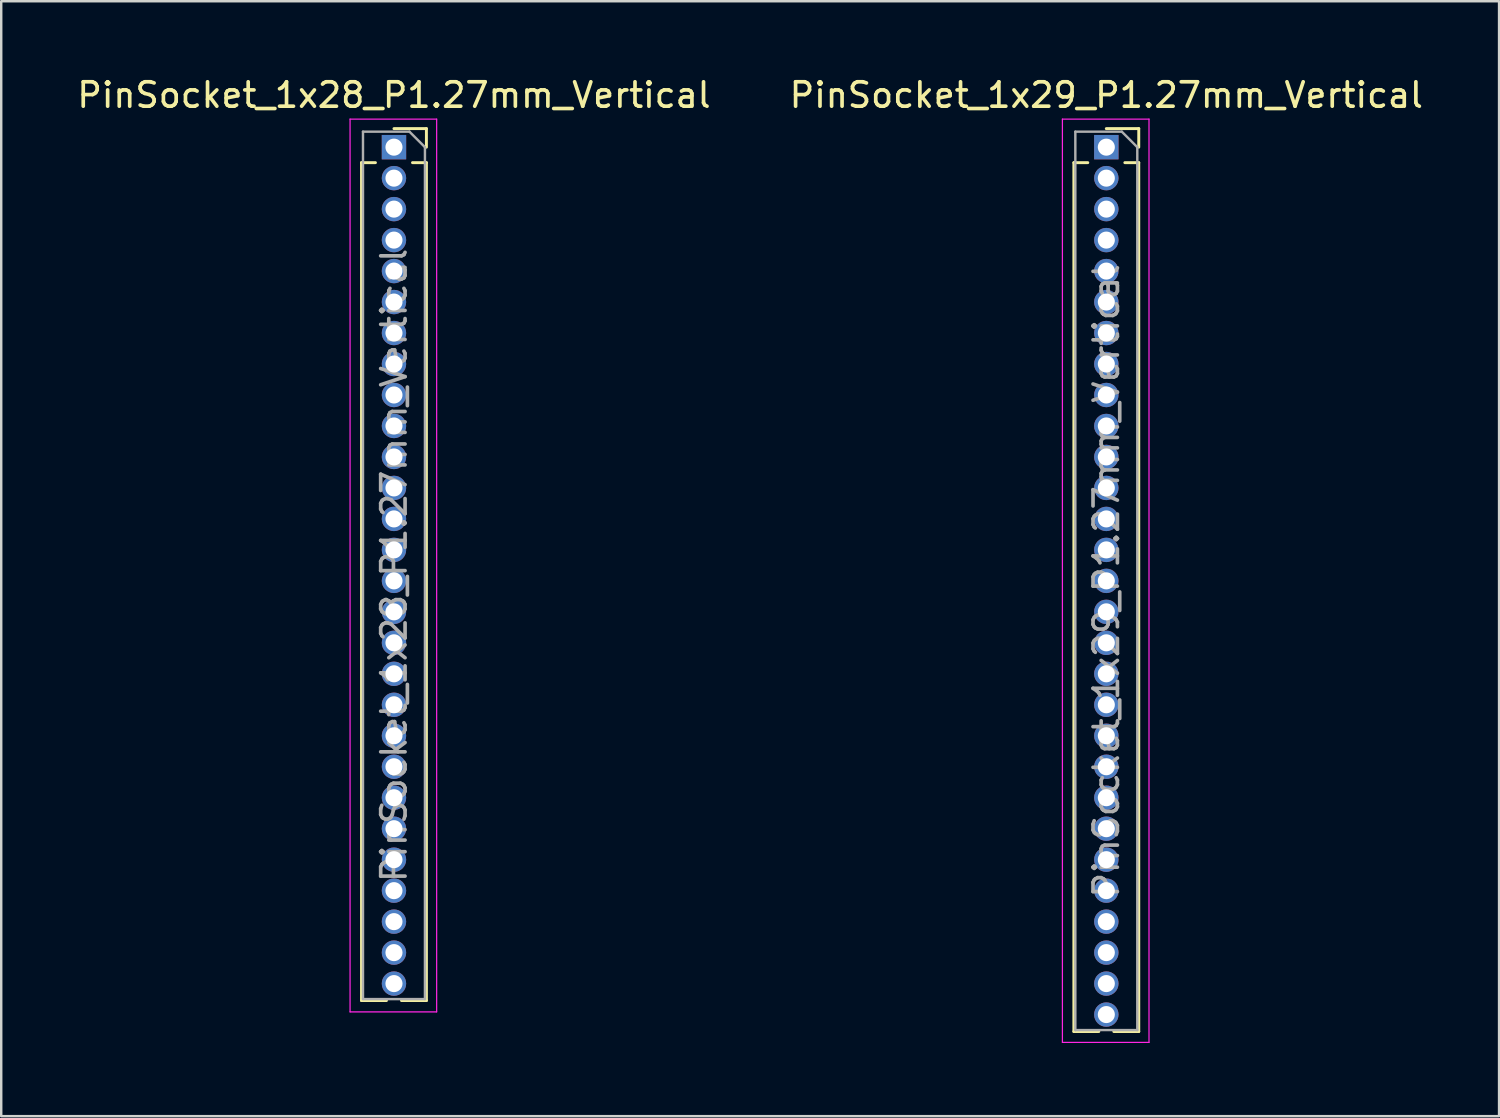
<source format=kicad_pcb>
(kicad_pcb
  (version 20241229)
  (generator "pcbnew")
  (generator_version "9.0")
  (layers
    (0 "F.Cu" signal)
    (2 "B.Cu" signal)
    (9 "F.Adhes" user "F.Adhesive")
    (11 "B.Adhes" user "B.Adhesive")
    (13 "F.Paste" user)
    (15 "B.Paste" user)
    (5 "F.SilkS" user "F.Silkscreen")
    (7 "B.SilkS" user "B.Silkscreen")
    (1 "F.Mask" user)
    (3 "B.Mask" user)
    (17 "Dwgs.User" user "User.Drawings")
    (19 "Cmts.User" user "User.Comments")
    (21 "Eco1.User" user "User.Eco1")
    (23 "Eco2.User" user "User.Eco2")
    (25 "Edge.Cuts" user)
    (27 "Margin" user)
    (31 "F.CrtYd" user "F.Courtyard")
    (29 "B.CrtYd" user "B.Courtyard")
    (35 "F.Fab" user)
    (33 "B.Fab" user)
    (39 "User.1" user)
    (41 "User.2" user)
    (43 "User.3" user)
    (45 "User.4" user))
  (footprint "PinSocket_1x28_P1.27mm_Vertical"
    (layer "F.Cu")
    (at 13.101 2.983)
    (property "Reference" "PinSocket_1x28_P1.27mm_Vertical" (at 0 -2.135 0) (layer "F.SilkS") (effects (font (size 1 1) (thickness 0.15))))
    (attr through_hole)
    (fp_line (start -1.33 0.635) (end -1.33 34.985) (stroke (width 0.12) (type solid)) (layer "F.SilkS"))
    (fp_line (start -1.33 0.635) (end -0.76 0.635) (stroke (width 0.12) (type solid)) (layer "F.SilkS"))
    (fp_line (start -1.33 34.985) (end -0.308 34.985) (stroke (width 0.12) (type solid)) (layer "F.SilkS"))
    (fp_line (start 0 -0.76) (end 1.33 -0.76) (stroke (width 0.12) (type solid)) (layer "F.SilkS"))
    (fp_line (start 0.308 34.985) (end 1.33 34.985) (stroke (width 0.12) (type solid)) (layer "F.SilkS"))
    (fp_line (start 0.76 0.635) (end 1.33 0.635) (stroke (width 0.12) (type solid)) (layer "F.SilkS"))
    (fp_line (start 1.33 -0.76) (end 1.33 0) (stroke (width 0.12) (type solid)) (layer "F.SilkS"))
    (fp_line (start 1.33 0.635) (end 1.33 34.985) (stroke (width 0.12) (type solid)) (layer "F.SilkS"))
    (fp_line (start -1.8 -1.15) (end 1.75 -1.15) (stroke (width 0.05) (type solid)) (layer "F.CrtYd"))
    (fp_line (start -1.8 35.45) (end -1.8 -1.15) (stroke (width 0.05) (type solid)) (layer "F.CrtYd"))
    (fp_line (start 1.75 -1.15) (end 1.75 35.45) (stroke (width 0.05) (type solid)) (layer "F.CrtYd"))
    (fp_line (start 1.75 35.45) (end -1.8 35.45) (stroke (width 0.05) (type solid)) (layer "F.CrtYd"))
    (fp_line (start -1.27 -0.635) (end 0.635 -0.635) (stroke (width 0.1) (type solid)) (layer "F.Fab"))
    (fp_line (start -1.27 34.925) (end -1.27 -0.635) (stroke (width 0.1) (type solid)) (layer "F.Fab"))
    (fp_line (start 0.635 -0.635) (end 1.27 0) (stroke (width 0.1) (type solid)) (layer "F.Fab"))
    (fp_line (start 1.27 0) (end 1.27 34.925) (stroke (width 0.1) (type solid)) (layer "F.Fab"))
    (fp_line (start 1.27 34.925) (end -1.27 34.925) (stroke (width 0.1) (type solid)) (layer "F.Fab"))
    (fp_text user "${REFERENCE}" (at 0 17.145 90) (layer "F.Fab") (effects (font (size 1 1) (thickness 0.15))))
    (pad "1" thru_hole rect (at 0 0) (size 1 1) (drill 0.7) (layers "*.Cu" "*.Mask"))
    (pad "2" thru_hole oval (at 0 1.27) (size 1 1) (drill 0.7) (layers "*.Cu" "*.Mask"))
    (pad "3" thru_hole oval (at 0 2.54) (size 1 1) (drill 0.7) (layers "*.Cu" "*.Mask"))
    (pad "4" thru_hole oval (at 0 3.81) (size 1 1) (drill 0.7) (layers "*.Cu" "*.Mask"))
    (pad "5" thru_hole oval (at 0 5.08) (size 1 1) (drill 0.7) (layers "*.Cu" "*.Mask"))
    (pad "6" thru_hole oval (at 0 6.35) (size 1 1) (drill 0.7) (layers "*.Cu" "*.Mask"))
    (pad "7" thru_hole oval (at 0 7.62) (size 1 1) (drill 0.7) (layers "*.Cu" "*.Mask"))
    (pad "8" thru_hole oval (at 0 8.89) (size 1 1) (drill 0.7) (layers "*.Cu" "*.Mask"))
    (pad "9" thru_hole oval (at 0 10.16) (size 1 1) (drill 0.7) (layers "*.Cu" "*.Mask"))
    (pad "10" thru_hole oval (at 0 11.43) (size 1 1) (drill 0.7) (layers "*.Cu" "*.Mask"))
    (pad "11" thru_hole oval (at 0 12.7) (size 1 1) (drill 0.7) (layers "*.Cu" "*.Mask"))
    (pad "12" thru_hole oval (at 0 13.97) (size 1 1) (drill 0.7) (layers "*.Cu" "*.Mask"))
    (pad "13" thru_hole oval (at 0 15.24) (size 1 1) (drill 0.7) (layers "*.Cu" "*.Mask"))
    (pad "14" thru_hole oval (at 0 16.51) (size 1 1) (drill 0.7) (layers "*.Cu" "*.Mask"))
    (pad "15" thru_hole oval (at 0 17.78) (size 1 1) (drill 0.7) (layers "*.Cu" "*.Mask"))
    (pad "16" thru_hole oval (at 0 19.05) (size 1 1) (drill 0.7) (layers "*.Cu" "*.Mask"))
    (pad "17" thru_hole oval (at 0 20.32) (size 1 1) (drill 0.7) (layers "*.Cu" "*.Mask"))
    (pad "18" thru_hole oval (at 0 21.59) (size 1 1) (drill 0.7) (layers "*.Cu" "*.Mask"))
    (pad "19" thru_hole oval (at 0 22.86) (size 1 1) (drill 0.7) (layers "*.Cu" "*.Mask"))
    (pad "20" thru_hole oval (at 0 24.13) (size 1 1) (drill 0.7) (layers "*.Cu" "*.Mask"))
    (pad "21" thru_hole oval (at 0 25.4) (size 1 1) (drill 0.7) (layers "*.Cu" "*.Mask"))
    (pad "22" thru_hole oval (at 0 26.67) (size 1 1) (drill 0.7) (layers "*.Cu" "*.Mask"))
    (pad "23" thru_hole oval (at 0 27.94) (size 1 1) (drill 0.7) (layers "*.Cu" "*.Mask"))
    (pad "24" thru_hole oval (at 0 29.21) (size 1 1) (drill 0.7) (layers "*.Cu" "*.Mask"))
    (pad "25" thru_hole oval (at 0 30.48) (size 1 1) (drill 0.7) (layers "*.Cu" "*.Mask"))
    (pad "26" thru_hole oval (at 0 31.75) (size 1 1) (drill 0.7) (layers "*.Cu" "*.Mask"))
    (pad "27" thru_hole oval (at 0 33.02) (size 1 1) (drill 0.7) (layers "*.Cu" "*.Mask"))
    (pad "28" thru_hole oval (at 0 34.29) (size 1 1) (drill 0.7) (layers "*.Cu" "*.Mask")))
  (footprint "PinSocket_1x29_P1.27mm_Vertical"
    (layer "F.Cu")
    (at 42.304 2.983)
    (property "Reference" "PinSocket_1x29_P1.27mm_Vertical" (at 0 -2.135 0) (layer "F.SilkS") (effects (font (size 1 1) (thickness 0.15))))
    (attr through_hole)
    (fp_line (start -1.33 0.635) (end -1.33 36.255) (stroke (width 0.12) (type solid)) (layer "F.SilkS"))
    (fp_line (start -1.33 0.635) (end -0.76 0.635) (stroke (width 0.12) (type solid)) (layer "F.SilkS"))
    (fp_line (start -1.33 36.255) (end -0.308 36.255) (stroke (width 0.12) (type solid)) (layer "F.SilkS"))
    (fp_line (start 0 -0.76) (end 1.33 -0.76) (stroke (width 0.12) (type solid)) (layer "F.SilkS"))
    (fp_line (start 0.308 36.255) (end 1.33 36.255) (stroke (width 0.12) (type solid)) (layer "F.SilkS"))
    (fp_line (start 0.76 0.635) (end 1.33 0.635) (stroke (width 0.12) (type solid)) (layer "F.SilkS"))
    (fp_line (start 1.33 -0.76) (end 1.33 0) (stroke (width 0.12) (type solid)) (layer "F.SilkS"))
    (fp_line (start 1.33 0.635) (end 1.33 36.255) (stroke (width 0.12) (type solid)) (layer "F.SilkS"))
    (fp_line (start -1.8 -1.15) (end 1.75 -1.15) (stroke (width 0.05) (type solid)) (layer "F.CrtYd"))
    (fp_line (start -1.8 36.7) (end -1.8 -1.15) (stroke (width 0.05) (type solid)) (layer "F.CrtYd"))
    (fp_line (start 1.75 -1.15) (end 1.75 36.7) (stroke (width 0.05) (type solid)) (layer "F.CrtYd"))
    (fp_line (start 1.75 36.7) (end -1.8 36.7) (stroke (width 0.05) (type solid)) (layer "F.CrtYd"))
    (fp_line (start -1.27 -0.635) (end 0.635 -0.635) (stroke (width 0.1) (type solid)) (layer "F.Fab"))
    (fp_line (start -1.27 36.195) (end -1.27 -0.635) (stroke (width 0.1) (type solid)) (layer "F.Fab"))
    (fp_line (start 0.635 -0.635) (end 1.27 0) (stroke (width 0.1) (type solid)) (layer "F.Fab"))
    (fp_line (start 1.27 0) (end 1.27 36.195) (stroke (width 0.1) (type solid)) (layer "F.Fab"))
    (fp_line (start 1.27 36.195) (end -1.27 36.195) (stroke (width 0.1) (type solid)) (layer "F.Fab"))
    (fp_text user "${REFERENCE}" (at 0 17.78 90) (layer "F.Fab") (effects (font (size 1 1) (thickness 0.15))))
    (pad "1" thru_hole rect (at 0 0) (size 1 1) (drill 0.7) (layers "*.Cu" "*.Mask"))
    (pad "2" thru_hole oval (at 0 1.27) (size 1 1) (drill 0.7) (layers "*.Cu" "*.Mask"))
    (pad "3" thru_hole oval (at 0 2.54) (size 1 1) (drill 0.7) (layers "*.Cu" "*.Mask"))
    (pad "4" thru_hole oval (at 0 3.81) (size 1 1) (drill 0.7) (layers "*.Cu" "*.Mask"))
    (pad "5" thru_hole oval (at 0 5.08) (size 1 1) (drill 0.7) (layers "*.Cu" "*.Mask"))
    (pad "6" thru_hole oval (at 0 6.35) (size 1 1) (drill 0.7) (layers "*.Cu" "*.Mask"))
    (pad "7" thru_hole oval (at 0 7.62) (size 1 1) (drill 0.7) (layers "*.Cu" "*.Mask"))
    (pad "8" thru_hole oval (at 0 8.89) (size 1 1) (drill 0.7) (layers "*.Cu" "*.Mask"))
    (pad "9" thru_hole oval (at 0 10.16) (size 1 1) (drill 0.7) (layers "*.Cu" "*.Mask"))
    (pad "10" thru_hole oval (at 0 11.43) (size 1 1) (drill 0.7) (layers "*.Cu" "*.Mask"))
    (pad "11" thru_hole oval (at 0 12.7) (size 1 1) (drill 0.7) (layers "*.Cu" "*.Mask"))
    (pad "12" thru_hole oval (at 0 13.97) (size 1 1) (drill 0.7) (layers "*.Cu" "*.Mask"))
    (pad "13" thru_hole oval (at 0 15.24) (size 1 1) (drill 0.7) (layers "*.Cu" "*.Mask"))
    (pad "14" thru_hole oval (at 0 16.51) (size 1 1) (drill 0.7) (layers "*.Cu" "*.Mask"))
    (pad "15" thru_hole oval (at 0 17.78) (size 1 1) (drill 0.7) (layers "*.Cu" "*.Mask"))
    (pad "16" thru_hole oval (at 0 19.05) (size 1 1) (drill 0.7) (layers "*.Cu" "*.Mask"))
    (pad "17" thru_hole oval (at 0 20.32) (size 1 1) (drill 0.7) (layers "*.Cu" "*.Mask"))
    (pad "18" thru_hole oval (at 0 21.59) (size 1 1) (drill 0.7) (layers "*.Cu" "*.Mask"))
    (pad "19" thru_hole oval (at 0 22.86) (size 1 1) (drill 0.7) (layers "*.Cu" "*.Mask"))
    (pad "20" thru_hole oval (at 0 24.13) (size 1 1) (drill 0.7) (layers "*.Cu" "*.Mask"))
    (pad "21" thru_hole oval (at 0 25.4) (size 1 1) (drill 0.7) (layers "*.Cu" "*.Mask"))
    (pad "22" thru_hole oval (at 0 26.67) (size 1 1) (drill 0.7) (layers "*.Cu" "*.Mask"))
    (pad "23" thru_hole oval (at 0 27.94) (size 1 1) (drill 0.7) (layers "*.Cu" "*.Mask"))
    (pad "24" thru_hole oval (at 0 29.21) (size 1 1) (drill 0.7) (layers "*.Cu" "*.Mask"))
    (pad "25" thru_hole oval (at 0 30.48) (size 1 1) (drill 0.7) (layers "*.Cu" "*.Mask"))
    (pad "26" thru_hole oval (at 0 31.75) (size 1 1) (drill 0.7) (layers "*.Cu" "*.Mask"))
    (pad "27" thru_hole oval (at 0 33.02) (size 1 1) (drill 0.7) (layers "*.Cu" "*.Mask"))
    (pad "28" thru_hole oval (at 0 34.29) (size 1 1) (drill 0.7) (layers "*.Cu" "*.Mask"))
    (pad "29" thru_hole oval (at 0 35.56) (size 1 1) (drill 0.7) (layers "*.Cu" "*.Mask")))
  (gr_rect
    (start -3 -3)
    (end 58.405 42.708)
    (stroke (width 0.1) (type default))
    (fill no)
    (layer "Edge.Cuts")))
</source>
